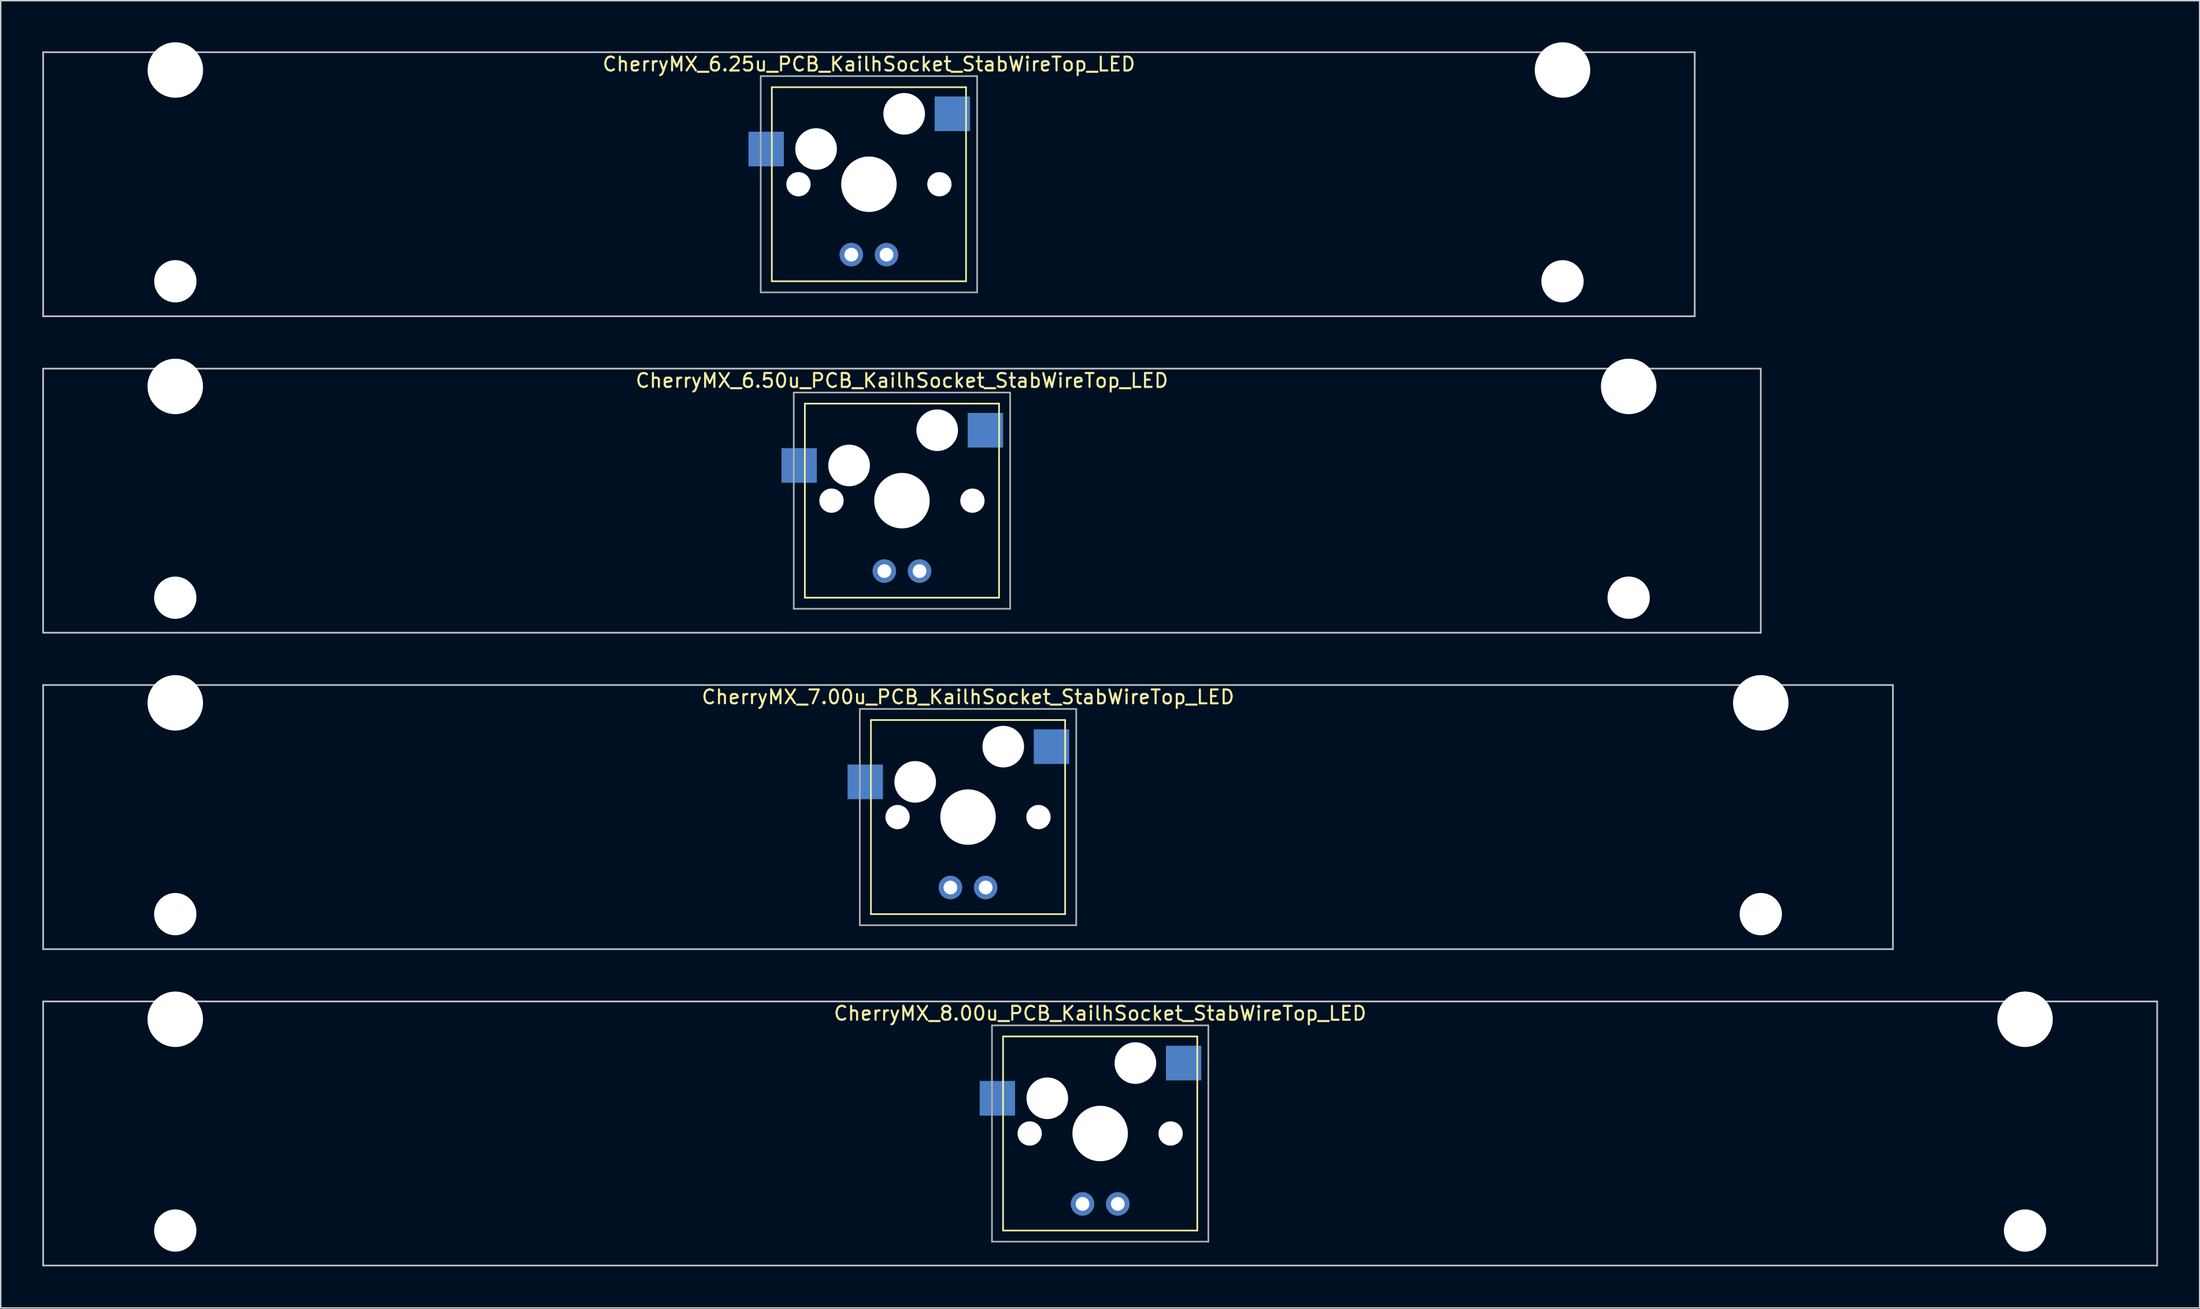
<source format=kicad_pcb>
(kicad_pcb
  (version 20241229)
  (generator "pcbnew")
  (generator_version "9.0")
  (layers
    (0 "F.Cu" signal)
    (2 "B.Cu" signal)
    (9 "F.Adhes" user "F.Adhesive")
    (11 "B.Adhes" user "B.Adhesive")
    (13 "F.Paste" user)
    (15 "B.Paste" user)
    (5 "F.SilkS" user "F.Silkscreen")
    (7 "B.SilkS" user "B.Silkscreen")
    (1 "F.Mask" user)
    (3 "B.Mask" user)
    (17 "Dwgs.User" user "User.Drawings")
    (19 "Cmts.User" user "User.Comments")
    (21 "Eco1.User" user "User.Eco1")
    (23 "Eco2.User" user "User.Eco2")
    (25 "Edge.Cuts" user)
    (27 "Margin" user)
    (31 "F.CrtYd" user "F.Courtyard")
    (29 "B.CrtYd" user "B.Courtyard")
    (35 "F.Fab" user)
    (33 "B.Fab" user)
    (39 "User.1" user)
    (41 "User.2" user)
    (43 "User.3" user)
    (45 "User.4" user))
  (footprint "CherryMX_7.00u_PCB_KailhSocket_StabWireTop_LED"
    (layer "F.Cu")
    (at 66.735 55.89)
    (property "Reference" "CherryMX_7.00u_PCB_KailhSocket_StabWireTop_LED" (at 0 -8.662 0) (layer "F.SilkS") (effects (font (size 1 1) (thickness 0.15))))
    (attr through_hole)
    (fp_line (start -7 -7) (end -7 7) (stroke (width 0.12) (type solid)) (layer "F.SilkS"))
    (fp_line (start -7 -7) (end 7 -7) (stroke (width 0.12) (type solid)) (layer "F.SilkS"))
    (fp_line (start 7 -7) (end 7 7) (stroke (width 0.12) (type solid)) (layer "F.SilkS"))
    (fp_line (start 7 7) (end -7 7) (stroke (width 0.12) (type solid)) (layer "F.SilkS"))
    (fp_line (start -66.675 -9.525) (end 66.675 -9.525) (stroke (width 0.12) (type solid)) (layer "Dwgs.User"))
    (fp_line (start -66.675 9.525) (end -66.675 -9.525) (stroke (width 0.12) (type solid)) (layer "Dwgs.User"))
    (fp_line (start 66.675 -9.525) (end 66.675 9.525) (stroke (width 0.12) (type solid)) (layer "Dwgs.User"))
    (fp_line (start 66.675 9.525) (end -66.675 9.525) (stroke (width 0.12) (type solid)) (layer "Dwgs.User"))
    (fp_line (start -7.8 -7.8) (end -7.8 7.8) (stroke (width 0.12) (type solid)) (layer "F.Fab"))
    (fp_line (start -7.8 -7.8) (end 7.8 -7.8) (stroke (width 0.12) (type solid)) (layer "F.Fab"))
    (fp_line (start -7.8 7.8) (end 7.8 7.8) (stroke (width 0.12) (type solid)) (layer "F.Fab"))
    (fp_line (start 7.8 -7.8) (end 7.8 7.8) (stroke (width 0.12) (type solid)) (layer "F.Fab"))
    (pad "" np_thru_hole circle (at -57.15 -8.24) (size 4 4) (drill 4) (layers "*.Cu" "*.Mask"))
    (pad "" np_thru_hole circle (at -57.15 7) (size 3.05 3.05) (drill 3.05) (layers "*.Cu" "*.Mask"))
    (pad "" np_thru_hole circle (at -5.08 0) (size 1.75 1.75) (drill 1.75) (layers "*.Cu" "*.Mask"))
    (pad "" np_thru_hole circle (at -3.81 -2.54) (size 3 3) (drill 3) (layers "*.Cu" "*.Mask"))
    (pad "" np_thru_hole circle (at 0 0) (size 4 4) (drill 4) (layers "*.Cu" "*.Mask"))
    (pad "" np_thru_hole circle (at 2.54 -5.08) (size 3 3) (drill 3) (layers "*.Cu" "*.Mask"))
    (pad "" np_thru_hole circle (at 5.08 0) (size 1.75 1.75) (drill 1.75) (layers "*.Cu" "*.Mask"))
    (pad "" np_thru_hole circle (at 57.15 -8.24) (size 4 4) (drill 4) (layers "*.Cu" "*.Mask"))
    (pad "" np_thru_hole circle (at 57.15 7) (size 3.05 3.05) (drill 3.05) (layers "*.Cu" "*.Mask"))
    (pad "1" smd rect (at -7.41 -2.54) (size 2.55 2.5) (layers "B.Cu" "B.Mask" "B.Paste"))
    (pad "2" smd rect (at 6.015 -5.08) (size 2.55 2.5) (layers "B.Cu" "B.Mask" "B.Paste"))
    (pad "3" thru_hole circle (at -1.27 5.08) (size 1.691 1.691) (drill 0.991) (layers "*.Cu" "*.Mask"))
    (pad "4" thru_hole circle (at 1.27 5.08) (size 1.691 1.691) (drill 0.991) (layers "*.Cu" "*.Mask")))
  (footprint "CherryMX_6.50u_PCB_KailhSocket_StabWireTop_LED"
    (layer "F.Cu")
    (at 61.972 33.065)
    (property "Reference" "CherryMX_6.50u_PCB_KailhSocket_StabWireTop_LED" (at 0 -8.662 0) (layer "F.SilkS") (effects (font (size 1 1) (thickness 0.15))))
    (attr through_hole)
    (fp_line (start -7 -7) (end -7 7) (stroke (width 0.12) (type solid)) (layer "F.SilkS"))
    (fp_line (start -7 -7) (end 7 -7) (stroke (width 0.12) (type solid)) (layer "F.SilkS"))
    (fp_line (start 7 -7) (end 7 7) (stroke (width 0.12) (type solid)) (layer "F.SilkS"))
    (fp_line (start 7 7) (end -7 7) (stroke (width 0.12) (type solid)) (layer "F.SilkS"))
    (fp_line (start -61.913 -9.525) (end 61.913 -9.525) (stroke (width 0.12) (type solid)) (layer "Dwgs.User"))
    (fp_line (start -61.913 9.525) (end -61.913 -9.525) (stroke (width 0.12) (type solid)) (layer "Dwgs.User"))
    (fp_line (start 61.913 -9.525) (end 61.913 9.525) (stroke (width 0.12) (type solid)) (layer "Dwgs.User"))
    (fp_line (start 61.913 9.525) (end -61.913 9.525) (stroke (width 0.12) (type solid)) (layer "Dwgs.User"))
    (fp_line (start -7.8 -7.8) (end -7.8 7.8) (stroke (width 0.12) (type solid)) (layer "F.Fab"))
    (fp_line (start -7.8 -7.8) (end 7.8 -7.8) (stroke (width 0.12) (type solid)) (layer "F.Fab"))
    (fp_line (start -7.8 7.8) (end 7.8 7.8) (stroke (width 0.12) (type solid)) (layer "F.Fab"))
    (fp_line (start 7.8 -7.8) (end 7.8 7.8) (stroke (width 0.12) (type solid)) (layer "F.Fab"))
    (pad "" np_thru_hole circle (at -52.388 -8.24) (size 4 4) (drill 4) (layers "*.Cu" "*.Mask"))
    (pad "" np_thru_hole circle (at -52.388 7) (size 3.05 3.05) (drill 3.05) (layers "*.Cu" "*.Mask"))
    (pad "" np_thru_hole circle (at -5.08 0) (size 1.75 1.75) (drill 1.75) (layers "*.Cu" "*.Mask"))
    (pad "" np_thru_hole circle (at -3.81 -2.54) (size 3 3) (drill 3) (layers "*.Cu" "*.Mask"))
    (pad "" np_thru_hole circle (at 0 0) (size 4 4) (drill 4) (layers "*.Cu" "*.Mask"))
    (pad "" np_thru_hole circle (at 2.54 -5.08) (size 3 3) (drill 3) (layers "*.Cu" "*.Mask"))
    (pad "" np_thru_hole circle (at 5.08 0) (size 1.75 1.75) (drill 1.75) (layers "*.Cu" "*.Mask"))
    (pad "" np_thru_hole circle (at 52.388 -8.24) (size 4 4) (drill 4) (layers "*.Cu" "*.Mask"))
    (pad "" np_thru_hole circle (at 52.388 7) (size 3.05 3.05) (drill 3.05) (layers "*.Cu" "*.Mask"))
    (pad "1" smd rect (at -7.41 -2.54) (size 2.55 2.5) (layers "B.Cu" "B.Mask" "B.Paste"))
    (pad "2" smd rect (at 6.015 -5.08) (size 2.55 2.5) (layers "B.Cu" "B.Mask" "B.Paste"))
    (pad "3" thru_hole circle (at -1.27 5.08) (size 1.691 1.691) (drill 0.991) (layers "*.Cu" "*.Mask"))
    (pad "4" thru_hole circle (at 1.27 5.08) (size 1.691 1.691) (drill 0.991) (layers "*.Cu" "*.Mask")))
  (footprint "CherryMX_6.25u_PCB_KailhSocket_StabWireTop_LED"
    (layer "F.Cu")
    (at 59.591 10.24)
    (property "Reference" "CherryMX_6.25u_PCB_KailhSocket_StabWireTop_LED" (at 0 -8.662 0) (layer "F.SilkS") (effects (font (size 1 1) (thickness 0.15))))
    (attr through_hole)
    (fp_line (start -7 -7) (end -7 7) (stroke (width 0.12) (type solid)) (layer "F.SilkS"))
    (fp_line (start -7 -7) (end 7 -7) (stroke (width 0.12) (type solid)) (layer "F.SilkS"))
    (fp_line (start 7 -7) (end 7 7) (stroke (width 0.12) (type solid)) (layer "F.SilkS"))
    (fp_line (start 7 7) (end -7 7) (stroke (width 0.12) (type solid)) (layer "F.SilkS"))
    (fp_line (start -59.531 -9.525) (end 59.531 -9.525) (stroke (width 0.12) (type solid)) (layer "Dwgs.User"))
    (fp_line (start -59.531 9.525) (end -59.531 -9.525) (stroke (width 0.12) (type solid)) (layer "Dwgs.User"))
    (fp_line (start 59.531 -9.525) (end 59.531 9.525) (stroke (width 0.12) (type solid)) (layer "Dwgs.User"))
    (fp_line (start 59.531 9.525) (end -59.531 9.525) (stroke (width 0.12) (type solid)) (layer "Dwgs.User"))
    (fp_line (start -7.8 -7.8) (end -7.8 7.8) (stroke (width 0.12) (type solid)) (layer "F.Fab"))
    (fp_line (start -7.8 -7.8) (end 7.8 -7.8) (stroke (width 0.12) (type solid)) (layer "F.Fab"))
    (fp_line (start -7.8 7.8) (end 7.8 7.8) (stroke (width 0.12) (type solid)) (layer "F.Fab"))
    (fp_line (start 7.8 -7.8) (end 7.8 7.8) (stroke (width 0.12) (type solid)) (layer "F.Fab"))
    (pad "" np_thru_hole circle (at -50 -8.24) (size 4 4) (drill 4) (layers "*.Cu" "*.Mask"))
    (pad "" np_thru_hole circle (at -50 7) (size 3.05 3.05) (drill 3.05) (layers "*.Cu" "*.Mask"))
    (pad "" np_thru_hole circle (at -5.08 0) (size 1.75 1.75) (drill 1.75) (layers "*.Cu" "*.Mask"))
    (pad "" np_thru_hole circle (at -3.81 -2.54) (size 3 3) (drill 3) (layers "*.Cu" "*.Mask"))
    (pad "" np_thru_hole circle (at 0 0) (size 4 4) (drill 4) (layers "*.Cu" "*.Mask"))
    (pad "" np_thru_hole circle (at 2.54 -5.08) (size 3 3) (drill 3) (layers "*.Cu" "*.Mask"))
    (pad "" np_thru_hole circle (at 5.08 0) (size 1.75 1.75) (drill 1.75) (layers "*.Cu" "*.Mask"))
    (pad "" np_thru_hole circle (at 50 -8.24) (size 4 4) (drill 4) (layers "*.Cu" "*.Mask"))
    (pad "" np_thru_hole circle (at 50 7) (size 3.05 3.05) (drill 3.05) (layers "*.Cu" "*.Mask"))
    (pad "1" smd rect (at -7.41 -2.54) (size 2.55 2.5) (layers "B.Cu" "B.Mask" "B.Paste"))
    (pad "2" smd rect (at 6.015 -5.08) (size 2.55 2.5) (layers "B.Cu" "B.Mask" "B.Paste"))
    (pad "3" thru_hole circle (at -1.27 5.08) (size 1.691 1.691) (drill 0.991) (layers "*.Cu" "*.Mask"))
    (pad "4" thru_hole circle (at 1.27 5.08) (size 1.691 1.691) (drill 0.991) (layers "*.Cu" "*.Mask")))
  (footprint "CherryMX_8.00u_PCB_KailhSocket_StabWireTop_LED"
    (layer "F.Cu")
    (at 76.26 78.715)
    (property "Reference" "CherryMX_8.00u_PCB_KailhSocket_StabWireTop_LED" (at 0 -8.662 0) (layer "F.SilkS") (effects (font (size 1 1) (thickness 0.15))))
    (attr through_hole)
    (fp_line (start -7 -7) (end -7 7) (stroke (width 0.12) (type solid)) (layer "F.SilkS"))
    (fp_line (start -7 -7) (end 7 -7) (stroke (width 0.12) (type solid)) (layer "F.SilkS"))
    (fp_line (start 7 -7) (end 7 7) (stroke (width 0.12) (type solid)) (layer "F.SilkS"))
    (fp_line (start 7 7) (end -7 7) (stroke (width 0.12) (type solid)) (layer "F.SilkS"))
    (fp_line (start -76.2 -9.525) (end 76.2 -9.525) (stroke (width 0.12) (type solid)) (layer "Dwgs.User"))
    (fp_line (start -76.2 9.525) (end -76.2 -9.525) (stroke (width 0.12) (type solid)) (layer "Dwgs.User"))
    (fp_line (start 76.2 -9.525) (end 76.2 9.525) (stroke (width 0.12) (type solid)) (layer "Dwgs.User"))
    (fp_line (start 76.2 9.525) (end -76.2 9.525) (stroke (width 0.12) (type solid)) (layer "Dwgs.User"))
    (fp_line (start -7.8 -7.8) (end -7.8 7.8) (stroke (width 0.12) (type solid)) (layer "F.Fab"))
    (fp_line (start -7.8 -7.8) (end 7.8 -7.8) (stroke (width 0.12) (type solid)) (layer "F.Fab"))
    (fp_line (start -7.8 7.8) (end 7.8 7.8) (stroke (width 0.12) (type solid)) (layer "F.Fab"))
    (fp_line (start 7.8 -7.8) (end 7.8 7.8) (stroke (width 0.12) (type solid)) (layer "F.Fab"))
    (pad "" np_thru_hole circle (at -66.675 -8.24) (size 4 4) (drill 4) (layers "*.Cu" "*.Mask"))
    (pad "" np_thru_hole circle (at -66.675 7) (size 3.05 3.05) (drill 3.05) (layers "*.Cu" "*.Mask"))
    (pad "" np_thru_hole circle (at -5.08 0) (size 1.75 1.75) (drill 1.75) (layers "*.Cu" "*.Mask"))
    (pad "" np_thru_hole circle (at -3.81 -2.54) (size 3 3) (drill 3) (layers "*.Cu" "*.Mask"))
    (pad "" np_thru_hole circle (at 0 0) (size 4 4) (drill 4) (layers "*.Cu" "*.Mask"))
    (pad "" np_thru_hole circle (at 2.54 -5.08) (size 3 3) (drill 3) (layers "*.Cu" "*.Mask"))
    (pad "" np_thru_hole circle (at 5.08 0) (size 1.75 1.75) (drill 1.75) (layers "*.Cu" "*.Mask"))
    (pad "" np_thru_hole circle (at 66.675 -8.24) (size 4 4) (drill 4) (layers "*.Cu" "*.Mask"))
    (pad "" np_thru_hole circle (at 66.675 7) (size 3.05 3.05) (drill 3.05) (layers "*.Cu" "*.Mask"))
    (pad "1" smd rect (at -7.41 -2.54) (size 2.55 2.5) (layers "B.Cu" "B.Mask" "B.Paste"))
    (pad "2" smd rect (at 6.015 -5.08) (size 2.55 2.5) (layers "B.Cu" "B.Mask" "B.Paste"))
    (pad "3" thru_hole circle (at -1.27 5.08) (size 1.691 1.691) (drill 0.991) (layers "*.Cu" "*.Mask"))
    (pad "4" thru_hole circle (at 1.27 5.08) (size 1.691 1.691) (drill 0.991) (layers "*.Cu" "*.Mask")))
  (gr_rect
    (start -3 -3)
    (end 155.52 91.3)
    (stroke (width 0.1) (type default))
    (fill no)
    (layer "Edge.Cuts")))
</source>
